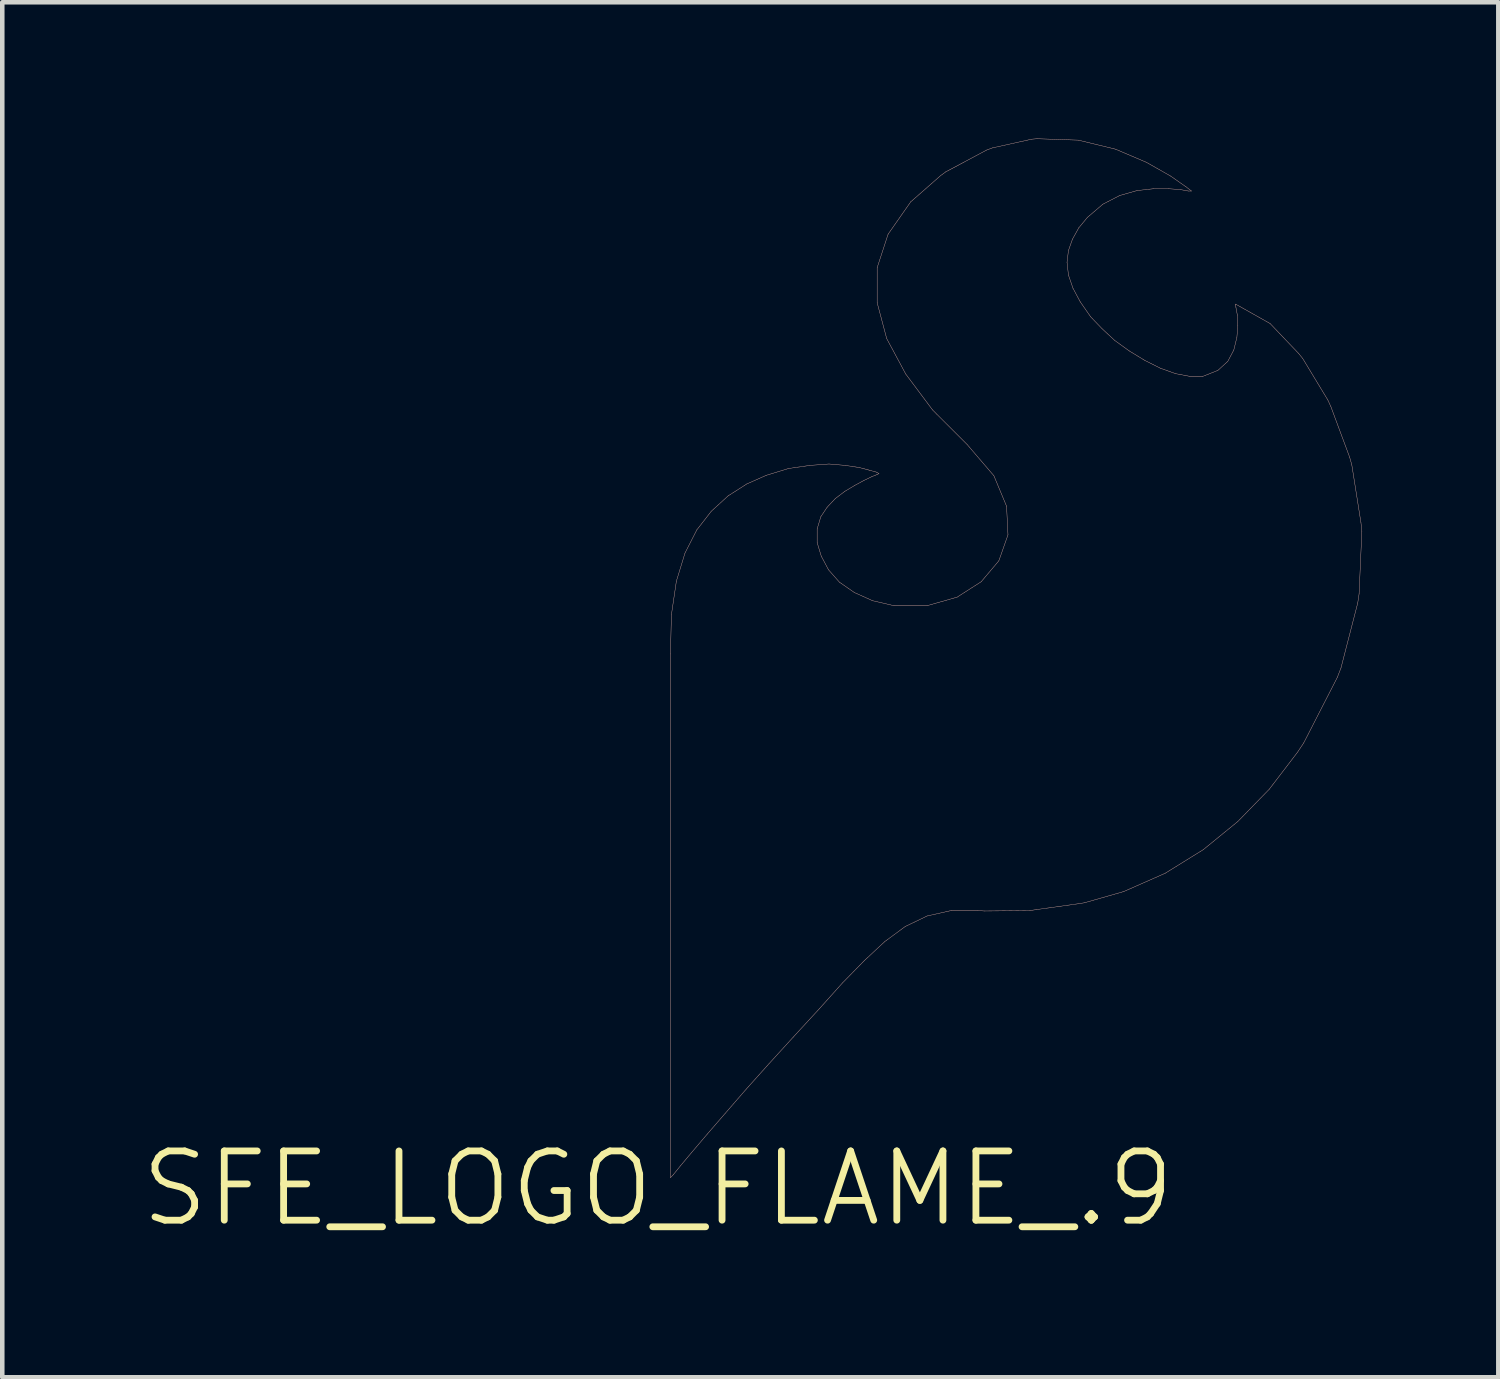
<source format=kicad_pcb>
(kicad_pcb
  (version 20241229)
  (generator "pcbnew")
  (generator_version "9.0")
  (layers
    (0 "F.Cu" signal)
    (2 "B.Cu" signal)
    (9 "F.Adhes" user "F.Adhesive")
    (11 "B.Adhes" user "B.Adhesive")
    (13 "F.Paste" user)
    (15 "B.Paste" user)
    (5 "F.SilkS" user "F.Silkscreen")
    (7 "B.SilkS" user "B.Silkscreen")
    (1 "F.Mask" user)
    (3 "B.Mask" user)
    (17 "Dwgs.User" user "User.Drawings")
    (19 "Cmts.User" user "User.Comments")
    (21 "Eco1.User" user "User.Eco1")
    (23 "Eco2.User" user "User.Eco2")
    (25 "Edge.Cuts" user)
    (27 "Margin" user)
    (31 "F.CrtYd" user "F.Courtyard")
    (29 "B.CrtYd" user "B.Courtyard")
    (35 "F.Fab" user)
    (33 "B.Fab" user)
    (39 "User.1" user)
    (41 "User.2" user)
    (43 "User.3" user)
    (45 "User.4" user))
  (footprint "SFE_LOGO_FLAME_.9"
    (layer "F.Cu")
    (at 11.43 23.113)
    (property "Reference" "SFE_LOGO_FLAME_.9" (at 0 0 0) (layer "F.SilkS") (effects (font (size 1.524 1.524) (thickness 0.15))))
    (attr exclude_from_pos_files exclude_from_bom)
    (fp_line (start 0.279 -11.768) (end 0.279 -0.239) (stroke (width 0.008) (type solid)) (layer "B.SilkS"))
    (fp_line (start 0.279 -0.239) (end 0.338 -0.3) (stroke (width 0.008) (type solid)) (layer "B.SilkS"))
    (fp_line (start 0.3 -12.629) (end 0.279 -11.768) (stroke (width 0.008) (type solid)) (layer "B.SilkS"))
    (fp_line (start 0.338 -0.3) (end 0.498 -0.498) (stroke (width 0.008) (type solid)) (layer "B.SilkS"))
    (fp_line (start 0.409 -13.368) (end 0.3 -12.629) (stroke (width 0.008) (type solid)) (layer "B.SilkS"))
    (fp_line (start 0.498 -0.498) (end 0.749 -0.798) (stroke (width 0.008) (type solid)) (layer "B.SilkS"))
    (fp_line (start 0.599 -13.988) (end 0.409 -13.368) (stroke (width 0.008) (type solid)) (layer "B.SilkS"))
    (fp_line (start 0.749 -0.798) (end 1.09 -1.199) (stroke (width 0.008) (type solid)) (layer "B.SilkS"))
    (fp_line (start 0.859 -14.498) (end 0.599 -13.988) (stroke (width 0.008) (type solid)) (layer "B.SilkS"))
    (fp_line (start 1.09 -1.199) (end 1.488 -1.659) (stroke (width 0.008) (type solid)) (layer "B.SilkS"))
    (fp_line (start 1.179 -14.91) (end 0.859 -14.498) (stroke (width 0.008) (type solid)) (layer "B.SilkS"))
    (fp_line (start 1.488 -1.659) (end 1.948 -2.189) (stroke (width 0.008) (type solid)) (layer "B.SilkS"))
    (fp_line (start 1.549 -15.248) (end 1.179 -14.91) (stroke (width 0.008) (type solid)) (layer "B.SilkS"))
    (fp_line (start 1.948 -2.189) (end 2.449 -2.748) (stroke (width 0.008) (type solid)) (layer "B.SilkS"))
    (fp_line (start 1.958 -15.509) (end 1.549 -15.248) (stroke (width 0.008) (type solid)) (layer "B.SilkS"))
    (fp_line (start 2.388 -15.7) (end 1.958 -15.509) (stroke (width 0.008) (type solid)) (layer "B.SilkS"))
    (fp_line (start 2.449 -2.748) (end 2.979 -3.33) (stroke (width 0.008) (type solid)) (layer "B.SilkS"))
    (fp_line (start 2.878 -15.85) (end 2.388 -15.7) (stroke (width 0.008) (type solid)) (layer "B.SilkS"))
    (fp_line (start 2.979 -3.33) (end 3.559 -3.96) (stroke (width 0.008) (type solid)) (layer "B.SilkS"))
    (fp_line (start 3.348 -15.918) (end 2.878 -15.85) (stroke (width 0.008) (type solid)) (layer "B.SilkS"))
    (fp_line (start 3.508 -14.519) (end 3.589 -14.788) (stroke (width 0.008) (type solid)) (layer "B.SilkS"))
    (fp_line (start 3.508 -14.219) (end 3.508 -14.519) (stroke (width 0.008) (type solid)) (layer "B.SilkS"))
    (fp_line (start 3.559 -3.96) (end 4.069 -4.529) (stroke (width 0.008) (type solid)) (layer "B.SilkS"))
    (fp_line (start 3.589 -14.788) (end 3.729 -14.999) (stroke (width 0.008) (type solid)) (layer "B.SilkS"))
    (fp_line (start 3.599 -13.919) (end 3.508 -14.219) (stroke (width 0.008) (type solid)) (layer "B.SilkS"))
    (fp_line (start 3.729 -14.999) (end 3.909 -15.189) (stroke (width 0.008) (type solid)) (layer "B.SilkS"))
    (fp_line (start 3.759 -13.619) (end 3.599 -13.919) (stroke (width 0.008) (type solid)) (layer "B.SilkS"))
    (fp_line (start 3.769 -15.949) (end 3.348 -15.918) (stroke (width 0.008) (type solid)) (layer "B.SilkS"))
    (fp_line (start 3.909 -15.189) (end 4.12 -15.349) (stroke (width 0.008) (type solid)) (layer "B.SilkS"))
    (fp_line (start 3.998 -13.348) (end 3.759 -13.619) (stroke (width 0.008) (type solid)) (layer "B.SilkS"))
    (fp_line (start 4.069 -4.529) (end 4.549 -5.019) (stroke (width 0.008) (type solid)) (layer "B.SilkS"))
    (fp_line (start 4.12 -15.349) (end 4.338 -15.479) (stroke (width 0.008) (type solid)) (layer "B.SilkS"))
    (fp_line (start 4.128 -15.918) (end 3.769 -15.949) (stroke (width 0.008) (type solid)) (layer "B.SilkS"))
    (fp_line (start 4.328 -13.119) (end 3.998 -13.348) (stroke (width 0.008) (type solid)) (layer "B.SilkS"))
    (fp_line (start 4.338 -15.479) (end 4.539 -15.588) (stroke (width 0.008) (type solid)) (layer "B.SilkS"))
    (fp_line (start 4.44 -15.87) (end 4.128 -15.918) (stroke (width 0.008) (type solid)) (layer "B.SilkS"))
    (fp_line (start 4.539 -15.588) (end 4.709 -15.669) (stroke (width 0.008) (type solid)) (layer "B.SilkS"))
    (fp_line (start 4.549 -5.019) (end 4.999 -5.438) (stroke (width 0.008) (type solid)) (layer "B.SilkS"))
    (fp_line (start 4.669 -15.809) (end 4.44 -15.87) (stroke (width 0.008) (type solid)) (layer "B.SilkS"))
    (fp_line (start 4.709 -15.669) (end 4.829 -15.718) (stroke (width 0.008) (type solid)) (layer "B.SilkS"))
    (fp_line (start 4.729 -12.939) (end 4.328 -13.119) (stroke (width 0.008) (type solid)) (layer "B.SilkS"))
    (fp_line (start 4.818 -15.768) (end 4.669 -15.809) (stroke (width 0.008) (type solid)) (layer "B.SilkS"))
    (fp_line (start 4.829 -20.269) (end 4.829 -19.5) (stroke (width 0.008) (type solid)) (layer "B.SilkS"))
    (fp_line (start 4.829 -19.5) (end 5.039 -18.71) (stroke (width 0.008) (type solid)) (layer "B.SilkS"))
    (fp_line (start 4.829 -15.718) (end 4.869 -15.738) (stroke (width 0.008) (type solid)) (layer "B.SilkS"))
    (fp_line (start 4.869 -15.738) (end 4.818 -15.768) (stroke (width 0.008) (type solid)) (layer "B.SilkS"))
    (fp_line (start 4.999 -5.438) (end 5.448 -5.768) (stroke (width 0.008) (type solid)) (layer "B.SilkS"))
    (fp_line (start 5.039 -18.71) (end 5.458 -17.93) (stroke (width 0.008) (type solid)) (layer "B.SilkS"))
    (fp_line (start 5.07 -21.008) (end 4.829 -20.269) (stroke (width 0.008) (type solid)) (layer "B.SilkS"))
    (fp_line (start 5.199 -12.83) (end 4.729 -12.939) (stroke (width 0.008) (type solid)) (layer "B.SilkS"))
    (fp_line (start 5.448 -5.768) (end 5.928 -5.999) (stroke (width 0.008) (type solid)) (layer "B.SilkS"))
    (fp_line (start 5.458 -17.93) (end 6.048 -17.14) (stroke (width 0.008) (type solid)) (layer "B.SilkS"))
    (fp_line (start 5.568 -21.72) (end 5.07 -21.008) (stroke (width 0.008) (type solid)) (layer "B.SilkS"))
    (fp_line (start 5.928 -12.83) (end 5.199 -12.83) (stroke (width 0.008) (type solid)) (layer "B.SilkS"))
    (fp_line (start 5.928 -5.999) (end 6.459 -6.119) (stroke (width 0.008) (type solid)) (layer "B.SilkS"))
    (fp_line (start 6.048 -17.14) (end 6.139 -17.048) (stroke (width 0.008) (type solid)) (layer "B.SilkS"))
    (fp_line (start 6.139 -17.048) (end 6.81 -16.378) (stroke (width 0.008) (type solid)) (layer "B.SilkS"))
    (fp_line (start 6.228 -22.299) (end 5.568 -21.72) (stroke (width 0.008) (type solid)) (layer "B.SilkS"))
    (fp_line (start 6.34 -22.38) (end 6.228 -22.299) (stroke (width 0.008) (type solid)) (layer "B.SilkS"))
    (fp_line (start 6.459 -6.119) (end 7.048 -6.119) (stroke (width 0.008) (type solid)) (layer "B.SilkS"))
    (fp_line (start 6.589 -13.018) (end 5.928 -12.83) (stroke (width 0.008) (type solid)) (layer "B.SilkS"))
    (fp_line (start 6.81 -16.378) (end 7.399 -15.69) (stroke (width 0.008) (type solid)) (layer "B.SilkS"))
    (fp_line (start 7.048 -6.119) (end 7.188 -6.109) (stroke (width 0.008) (type solid)) (layer "B.SilkS"))
    (fp_line (start 7.12 -13.358) (end 6.589 -13.018) (stroke (width 0.008) (type solid)) (layer "B.SilkS"))
    (fp_line (start 7.188 -6.109) (end 8.199 -6.119) (stroke (width 0.008) (type solid)) (layer "B.SilkS"))
    (fp_line (start 7.239 -22.86) (end 6.34 -22.38) (stroke (width 0.008) (type solid)) (layer "B.SilkS"))
    (fp_line (start 7.369 -22.908) (end 7.239 -22.86) (stroke (width 0.008) (type solid)) (layer "B.SilkS"))
    (fp_line (start 7.399 -15.69) (end 7.678 -15.019) (stroke (width 0.008) (type solid)) (layer "B.SilkS"))
    (fp_line (start 7.508 -13.818) (end 7.12 -13.358) (stroke (width 0.008) (type solid)) (layer "B.SilkS"))
    (fp_line (start 7.678 -15.019) (end 7.709 -14.389) (stroke (width 0.008) (type solid)) (layer "B.SilkS"))
    (fp_line (start 7.709 -14.389) (end 7.508 -13.818) (stroke (width 0.008) (type solid)) (layer "B.SilkS"))
    (fp_line (start 8.199 -6.119) (end 8.329 -6.139) (stroke (width 0.008) (type solid)) (layer "B.SilkS"))
    (fp_line (start 8.23 -23.099) (end 7.369 -22.908) (stroke (width 0.008) (type solid)) (layer "B.SilkS"))
    (fp_line (start 8.329 -6.139) (end 9.258 -6.269) (stroke (width 0.008) (type solid)) (layer "B.SilkS"))
    (fp_line (start 8.349 -23.109) (end 8.23 -23.099) (stroke (width 0.008) (type solid)) (layer "B.SilkS"))
    (fp_line (start 9.009 -20.389) (end 9.04 -20.648) (stroke (width 0.008) (type solid)) (layer "B.SilkS"))
    (fp_line (start 9.04 -20.648) (end 9.129 -20.899) (stroke (width 0.008) (type solid)) (layer "B.SilkS"))
    (fp_line (start 9.04 -20.109) (end 9.009 -20.389) (stroke (width 0.008) (type solid)) (layer "B.SilkS"))
    (fp_line (start 9.129 -20.899) (end 9.268 -21.148) (stroke (width 0.008) (type solid)) (layer "B.SilkS"))
    (fp_line (start 9.139 -19.82) (end 9.04 -20.109) (stroke (width 0.008) (type solid)) (layer "B.SilkS"))
    (fp_line (start 9.258 -23.078) (end 8.349 -23.109) (stroke (width 0.008) (type solid)) (layer "B.SilkS"))
    (fp_line (start 9.258 -6.269) (end 9.388 -6.289) (stroke (width 0.008) (type solid)) (layer "B.SilkS"))
    (fp_line (start 9.268 -21.148) (end 9.459 -21.379) (stroke (width 0.008) (type solid)) (layer "B.SilkS"))
    (fp_line (start 9.299 -19.52) (end 9.139 -19.82) (stroke (width 0.008) (type solid)) (layer "B.SilkS"))
    (fp_line (start 9.388 -6.289) (end 10.259 -6.538) (stroke (width 0.008) (type solid)) (layer "B.SilkS"))
    (fp_line (start 9.459 -21.379) (end 9.799 -21.669) (stroke (width 0.008) (type solid)) (layer "B.SilkS"))
    (fp_line (start 9.528 -19.19) (end 9.299 -19.52) (stroke (width 0.008) (type solid)) (layer "B.SilkS"))
    (fp_line (start 9.779 -18.928) (end 9.528 -19.19) (stroke (width 0.008) (type solid)) (layer "B.SilkS"))
    (fp_line (start 9.799 -21.669) (end 10.168 -21.859) (stroke (width 0.008) (type solid)) (layer "B.SilkS"))
    (fp_line (start 10.058 -18.669) (end 9.779 -18.928) (stroke (width 0.008) (type solid)) (layer "B.SilkS"))
    (fp_line (start 10.079 -22.878) (end 9.258 -23.078) (stroke (width 0.008) (type solid)) (layer "B.SilkS"))
    (fp_line (start 10.168 -21.859) (end 10.549 -21.968) (stroke (width 0.008) (type solid)) (layer "B.SilkS"))
    (fp_line (start 10.259 -6.538) (end 11.168 -6.939) (stroke (width 0.008) (type solid)) (layer "B.SilkS"))
    (fp_line (start 10.378 -18.438) (end 10.058 -18.669) (stroke (width 0.008) (type solid)) (layer "B.SilkS"))
    (fp_line (start 10.549 -21.968) (end 10.919 -22.009) (stroke (width 0.008) (type solid)) (layer "B.SilkS"))
    (fp_line (start 10.719 -18.23) (end 10.378 -18.438) (stroke (width 0.008) (type solid)) (layer "B.SilkS"))
    (fp_line (start 10.759 -22.588) (end 10.079 -22.878) (stroke (width 0.008) (type solid)) (layer "B.SilkS"))
    (fp_line (start 10.919 -22.009) (end 11.239 -22.009) (stroke (width 0.008) (type solid)) (layer "B.SilkS"))
    (fp_line (start 11.059 -18.059) (end 10.719 -18.23) (stroke (width 0.008) (type solid)) (layer "B.SilkS"))
    (fp_line (start 11.168 -6.939) (end 12.009 -7.46) (stroke (width 0.008) (type solid)) (layer "B.SilkS"))
    (fp_line (start 11.239 -22.009) (end 11.509 -21.989) (stroke (width 0.008) (type solid)) (layer "B.SilkS"))
    (fp_line (start 11.288 -22.288) (end 10.759 -22.588) (stroke (width 0.008) (type solid)) (layer "B.SilkS"))
    (fp_line (start 11.4 -17.937) (end 11.059 -18.059) (stroke (width 0.008) (type solid)) (layer "B.SilkS"))
    (fp_line (start 11.509 -21.989) (end 11.679 -21.958) (stroke (width 0.008) (type solid)) (layer "B.SilkS"))
    (fp_line (start 11.628 -22.05) (end 11.288 -22.288) (stroke (width 0.008) (type solid)) (layer "B.SilkS"))
    (fp_line (start 11.679 -21.958) (end 11.748 -21.958) (stroke (width 0.008) (type solid)) (layer "B.SilkS"))
    (fp_line (start 11.709 -17.879) (end 11.4 -17.937) (stroke (width 0.008) (type solid)) (layer "B.SilkS"))
    (fp_line (start 11.748 -21.958) (end 11.628 -22.05) (stroke (width 0.008) (type solid)) (layer "B.SilkS"))
    (fp_line (start 11.999 -17.879) (end 11.709 -17.879) (stroke (width 0.008) (type solid)) (layer "B.SilkS"))
    (fp_line (start 12.009 -7.46) (end 12.769 -8.08) (stroke (width 0.008) (type solid)) (layer "B.SilkS"))
    (fp_line (start 12.329 -18.009) (end 11.999 -17.879) (stroke (width 0.008) (type solid)) (layer "B.SilkS"))
    (fp_line (start 12.548 -18.209) (end 12.329 -18.009) (stroke (width 0.008) (type solid)) (layer "B.SilkS"))
    (fp_line (start 12.68 -18.458) (end 12.548 -18.209) (stroke (width 0.008) (type solid)) (layer "B.SilkS"))
    (fp_line (start 12.718 -19.469) (end 12.718 -19.449) (stroke (width 0.008) (type solid)) (layer "B.SilkS"))
    (fp_line (start 12.718 -19.449) (end 12.728 -19.388) (stroke (width 0.008) (type solid)) (layer "B.SilkS"))
    (fp_line (start 12.728 -19.388) (end 12.758 -19.228) (stroke (width 0.008) (type solid)) (layer "B.SilkS"))
    (fp_line (start 12.748 -18.738) (end 12.68 -18.458) (stroke (width 0.008) (type solid)) (layer "B.SilkS"))
    (fp_line (start 12.758 -19.228) (end 12.769 -18.999) (stroke (width 0.008) (type solid)) (layer "B.SilkS"))
    (fp_line (start 12.769 -18.999) (end 12.748 -18.738) (stroke (width 0.008) (type solid)) (layer "B.SilkS"))
    (fp_line (start 12.769 -8.08) (end 13.459 -8.788) (stroke (width 0.008) (type solid)) (layer "B.SilkS"))
    (fp_line (start 13.459 -8.788) (end 13.538 -8.89) (stroke (width 0.008) (type solid)) (layer "B.SilkS"))
    (fp_line (start 13.48 -19.04) (end 12.718 -19.469) (stroke (width 0.008) (type solid)) (layer "B.SilkS"))
    (fp_line (start 13.538 -8.89) (end 14.079 -9.599) (stroke (width 0.008) (type solid)) (layer "B.SilkS"))
    (fp_line (start 14.079 -9.599) (end 14.219 -9.809) (stroke (width 0.008) (type solid)) (layer "B.SilkS"))
    (fp_line (start 14.11 -18.379) (end 13.48 -19.04) (stroke (width 0.008) (type solid)) (layer "B.SilkS"))
    (fp_line (start 14.199 -18.268) (end 14.11 -18.379) (stroke (width 0.008) (type solid)) (layer "B.SilkS"))
    (fp_line (start 14.219 -9.809) (end 14.958 -11.25) (stroke (width 0.008) (type solid)) (layer "B.SilkS"))
    (fp_line (start 14.75 -17.358) (end 14.199 -18.268) (stroke (width 0.008) (type solid)) (layer "B.SilkS"))
    (fp_line (start 14.818 -17.209) (end 14.75 -17.358) (stroke (width 0.008) (type solid)) (layer "B.SilkS"))
    (fp_line (start 14.958 -11.25) (end 15.039 -11.458) (stroke (width 0.008) (type solid)) (layer "B.SilkS"))
    (fp_line (start 15.039 -11.458) (end 15.408 -12.888) (stroke (width 0.008) (type solid)) (layer "B.SilkS"))
    (fp_line (start 15.23 -16.099) (end 14.818 -17.209) (stroke (width 0.008) (type solid)) (layer "B.SilkS"))
    (fp_line (start 15.278 -15.928) (end 15.23 -16.099) (stroke (width 0.008) (type solid)) (layer "B.SilkS"))
    (fp_line (start 15.408 -12.888) (end 15.438 -13.089) (stroke (width 0.008) (type solid)) (layer "B.SilkS"))
    (fp_line (start 15.438 -13.089) (end 15.499 -14.468) (stroke (width 0.008) (type solid)) (layer "B.SilkS"))
    (fp_line (start 15.479 -14.658) (end 15.278 -15.928) (stroke (width 0.008) (type solid)) (layer "B.SilkS"))
    (fp_line (start 15.499 -14.468) (end 15.479 -14.658) (stroke (width 0.008) (type solid)) (layer "B.SilkS")))
  (gr_rect
    (start -3 -3)
    (end 29.933 27.268)
    (stroke (width 0.1) (type default))
    (fill no)
    (layer "Edge.Cuts")))
</source>
